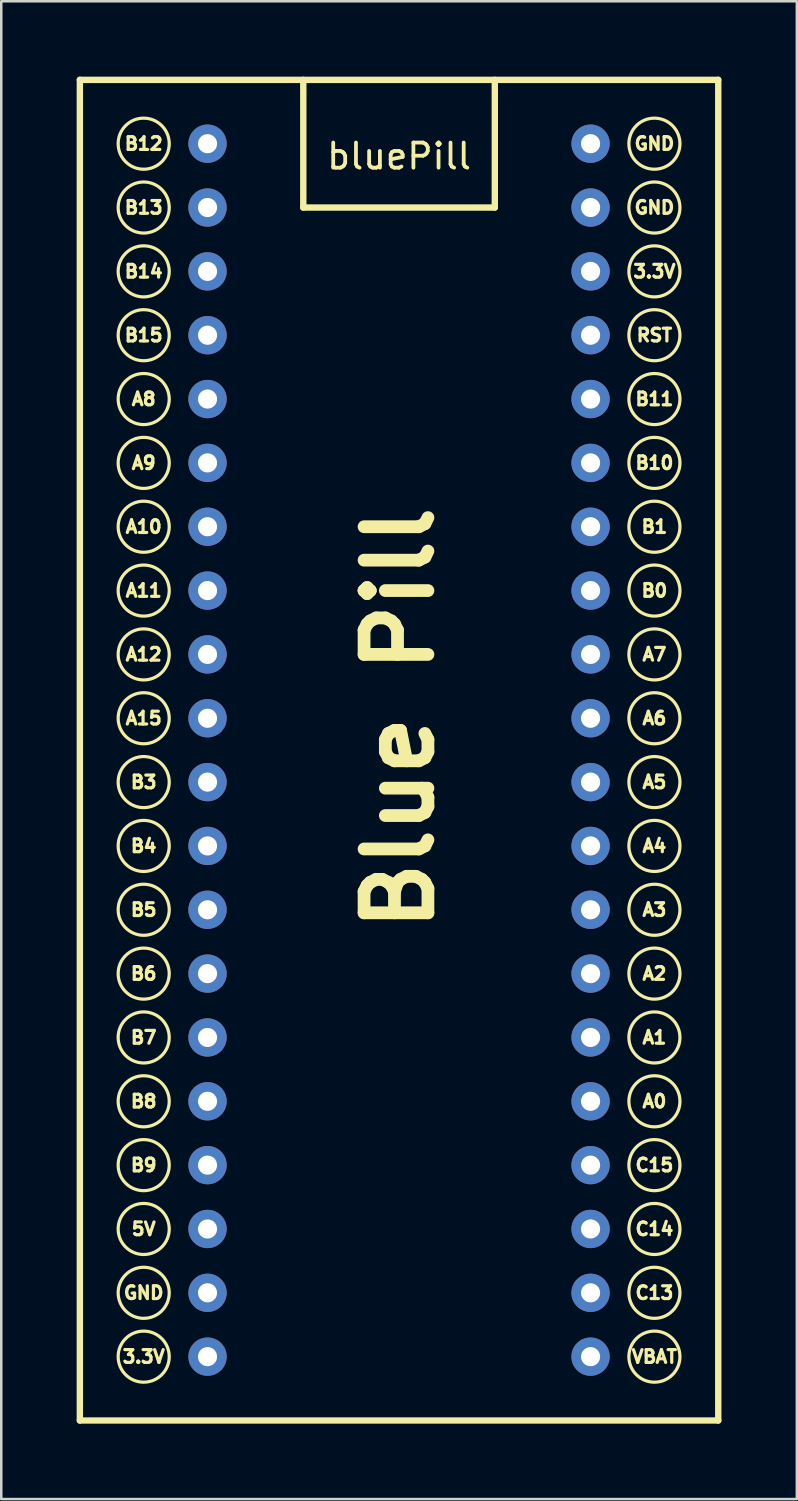
<source format=kicad_pcb>
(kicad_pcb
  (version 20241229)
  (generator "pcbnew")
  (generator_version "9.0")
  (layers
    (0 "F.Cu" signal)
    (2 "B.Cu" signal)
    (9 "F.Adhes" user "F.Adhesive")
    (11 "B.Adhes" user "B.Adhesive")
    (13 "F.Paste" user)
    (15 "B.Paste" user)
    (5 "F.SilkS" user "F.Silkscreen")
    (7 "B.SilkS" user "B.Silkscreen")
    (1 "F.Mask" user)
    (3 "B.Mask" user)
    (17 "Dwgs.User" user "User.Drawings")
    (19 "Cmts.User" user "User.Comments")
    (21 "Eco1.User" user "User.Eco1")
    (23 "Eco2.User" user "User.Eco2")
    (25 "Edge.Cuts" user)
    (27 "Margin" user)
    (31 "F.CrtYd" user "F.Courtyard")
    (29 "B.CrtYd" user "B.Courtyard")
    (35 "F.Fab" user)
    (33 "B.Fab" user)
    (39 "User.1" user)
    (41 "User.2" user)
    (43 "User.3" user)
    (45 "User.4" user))
  (footprint "bluePill"
    (layer "F.Cu")
    (at 12.827 2.667)
    (property "Reference" "bluePill" (at 0 0.5 0) (layer "F.SilkS") (effects (font (size 1 1) (thickness 0.15))))
    (attr through_hole)
    (fp_line (start -12.7 -2.54) (end 12.7 -2.54) (stroke (width 0.254) (type solid)) (layer "F.SilkS"))
    (fp_line (start -12.7 50.8) (end -12.7 -2.54) (stroke (width 0.254) (type solid)) (layer "F.SilkS"))
    (fp_line (start -3.81 -2.54) (end -3.81 2.54) (stroke (width 0.254) (type solid)) (layer "F.SilkS"))
    (fp_line (start -3.81 2.54) (end 3.81 2.54) (stroke (width 0.254) (type solid)) (layer "F.SilkS"))
    (fp_line (start 3.81 2.54) (end 3.81 -2.54) (stroke (width 0.254) (type solid)) (layer "F.SilkS"))
    (fp_line (start 12.7 -2.54) (end 12.7 50.8) (stroke (width 0.254) (type solid)) (layer "F.SilkS"))
    (fp_line (start 12.7 50.8) (end -12.7 50.8) (stroke (width 0.254) (type solid)) (layer "F.SilkS"))
    (fp_circle (center -10.16 0) (end -9.144 0) (stroke (width 0.127) (type solid)) (fill no) (layer "F.SilkS"))
    (fp_circle (center -10.16 2.54) (end -9.144 2.54) (stroke (width 0.127) (type solid)) (fill no) (layer "F.SilkS"))
    (fp_circle (center -10.16 5.08) (end -9.144 5.08) (stroke (width 0.127) (type solid)) (fill no) (layer "F.SilkS"))
    (fp_circle (center -10.16 7.62) (end -9.144 7.62) (stroke (width 0.127) (type solid)) (fill no) (layer "F.SilkS"))
    (fp_circle (center -10.16 10.16) (end -9.144 10.16) (stroke (width 0.127) (type solid)) (fill no) (layer "F.SilkS"))
    (fp_circle (center -10.16 12.7) (end -9.144 12.7) (stroke (width 0.127) (type solid)) (fill no) (layer "F.SilkS"))
    (fp_circle (center -10.16 15.24) (end -9.144 15.24) (stroke (width 0.127) (type solid)) (fill no) (layer "F.SilkS"))
    (fp_circle (center -10.16 17.78) (end -9.144 17.78) (stroke (width 0.127) (type solid)) (fill no) (layer "F.SilkS"))
    (fp_circle (center -10.16 20.32) (end -9.144 20.32) (stroke (width 0.127) (type solid)) (fill no) (layer "F.SilkS"))
    (fp_circle (center -10.16 22.86) (end -9.144 22.86) (stroke (width 0.127) (type solid)) (fill no) (layer "F.SilkS"))
    (fp_circle (center -10.16 25.4) (end -9.144 25.4) (stroke (width 0.127) (type solid)) (fill no) (layer "F.SilkS"))
    (fp_circle (center -10.16 27.94) (end -9.144 27.94) (stroke (width 0.127) (type solid)) (fill no) (layer "F.SilkS"))
    (fp_circle (center -10.16 30.48) (end -9.144 30.48) (stroke (width 0.127) (type solid)) (fill no) (layer "F.SilkS"))
    (fp_circle (center -10.16 33.02) (end -9.144 33.02) (stroke (width 0.127) (type solid)) (fill no) (layer "F.SilkS"))
    (fp_circle (center -10.16 35.56) (end -9.144 35.56) (stroke (width 0.127) (type solid)) (fill no) (layer "F.SilkS"))
    (fp_circle (center -10.16 38.1) (end -9.144 38.1) (stroke (width 0.127) (type solid)) (fill no) (layer "F.SilkS"))
    (fp_circle (center -10.16 40.64) (end -9.144 40.64) (stroke (width 0.127) (type solid)) (fill no) (layer "F.SilkS"))
    (fp_circle (center -10.16 43.18) (end -9.144 43.18) (stroke (width 0.127) (type solid)) (fill no) (layer "F.SilkS"))
    (fp_circle (center -10.16 45.72) (end -9.144 45.72) (stroke (width 0.127) (type solid)) (fill no) (layer "F.SilkS"))
    (fp_circle (center -10.16 48.26) (end -9.144 48.26) (stroke (width 0.127) (type solid)) (fill no) (layer "F.SilkS"))
    (fp_circle (center 10.16 0) (end 11.176 0) (stroke (width 0.127) (type solid)) (fill no) (layer "F.SilkS"))
    (fp_circle (center 10.16 2.54) (end 11.176 2.54) (stroke (width 0.127) (type solid)) (fill no) (layer "F.SilkS"))
    (fp_circle (center 10.16 5.08) (end 11.176 5.08) (stroke (width 0.127) (type solid)) (fill no) (layer "F.SilkS"))
    (fp_circle (center 10.16 7.62) (end 11.176 7.62) (stroke (width 0.127) (type solid)) (fill no) (layer "F.SilkS"))
    (fp_circle (center 10.16 10.16) (end 11.176 10.16) (stroke (width 0.127) (type solid)) (fill no) (layer "F.SilkS"))
    (fp_circle (center 10.16 12.7) (end 11.176 12.7) (stroke (width 0.127) (type solid)) (fill no) (layer "F.SilkS"))
    (fp_circle (center 10.16 15.24) (end 11.176 15.24) (stroke (width 0.127) (type solid)) (fill no) (layer "F.SilkS"))
    (fp_circle (center 10.16 17.78) (end 11.176 17.78) (stroke (width 0.127) (type solid)) (fill no) (layer "F.SilkS"))
    (fp_circle (center 10.16 20.32) (end 11.176 20.32) (stroke (width 0.127) (type solid)) (fill no) (layer "F.SilkS"))
    (fp_circle (center 10.16 22.86) (end 11.176 22.86) (stroke (width 0.127) (type solid)) (fill no) (layer "F.SilkS"))
    (fp_circle (center 10.16 25.4) (end 11.176 25.4) (stroke (width 0.127) (type solid)) (fill no) (layer "F.SilkS"))
    (fp_circle (center 10.16 27.94) (end 11.176 27.94) (stroke (width 0.127) (type solid)) (fill no) (layer "F.SilkS"))
    (fp_circle (center 10.16 30.48) (end 11.176 30.48) (stroke (width 0.127) (type solid)) (fill no) (layer "F.SilkS"))
    (fp_circle (center 10.16 33.02) (end 11.176 33.02) (stroke (width 0.127) (type solid)) (fill no) (layer "F.SilkS"))
    (fp_circle (center 10.16 35.56) (end 11.176 35.56) (stroke (width 0.127) (type solid)) (fill no) (layer "F.SilkS"))
    (fp_circle (center 10.16 38.1) (end 11.176 38.1) (stroke (width 0.127) (type solid)) (fill no) (layer "F.SilkS"))
    (fp_circle (center 10.16 40.64) (end 11.176 40.64) (stroke (width 0.127) (type solid)) (fill no) (layer "F.SilkS"))
    (fp_circle (center 10.16 43.18) (end 11.176 43.18) (stroke (width 0.127) (type solid)) (fill no) (layer "F.SilkS"))
    (fp_circle (center 10.16 45.72) (end 11.176 45.72) (stroke (width 0.127) (type solid)) (fill no) (layer "F.SilkS"))
    (fp_circle (center 10.16 48.26) (end 11.176 48.26) (stroke (width 0.127) (type solid)) (fill no) (layer "F.SilkS"))
    (fp_text user "3.3V" (at -10.16 48.26 0) (layer "F.SilkS") (effects (font (size 0.508 0.508) (thickness 0.127))))
    (fp_text user "B11" (at 10.16 10.16 0) (layer "F.SilkS") (effects (font (size 0.508 0.508) (thickness 0.127))))
    (fp_text user "A6" (at 10.16 22.86 0) (layer "F.SilkS") (effects (font (size 0.508 0.508) (thickness 0.127))))
    (fp_text user "RST" (at 10.16 7.62 0) (layer "F.SilkS") (effects (font (size 0.508 0.508) (thickness 0.127))))
    (fp_text user "A8" (at -10.16 10.16 0) (layer "F.SilkS") (effects (font (size 0.508 0.508) (thickness 0.127))))
    (fp_text user "A9" (at -10.16 12.7 0) (layer "F.SilkS") (effects (font (size 0.508 0.508) (thickness 0.127))))
    (fp_text user "A10" (at -10.16 15.24 0) (layer "F.SilkS") (effects (font (size 0.508 0.508) (thickness 0.127))))
    (fp_text user "A2" (at 10.16 33.02 0) (layer "F.SilkS") (effects (font (size 0.508 0.508) (thickness 0.127))))
    (fp_text user "GND" (at -10.16 45.72 0) (layer "F.SilkS") (effects (font (size 0.508 0.508) (thickness 0.127))))
    (fp_text user "B3" (at -10.16 25.4 0) (layer "F.SilkS") (effects (font (size 0.508 0.508) (thickness 0.127))))
    (fp_text user "B7" (at -10.16 35.56 0) (layer "F.SilkS") (effects (font (size 0.508 0.508) (thickness 0.127))))
    (fp_text user "A4" (at 10.16 27.94 0) (layer "F.SilkS") (effects (font (size 0.508 0.508) (thickness 0.127))))
    (fp_text user "B15" (at -10.16 7.62 0) (layer "F.SilkS") (effects (font (size 0.508 0.508) (thickness 0.127))))
    (fp_text user "GND" (at 10.16 2.54 0) (layer "F.SilkS") (effects (font (size 0.508 0.508) (thickness 0.127))))
    (fp_text user "A15" (at -10.16 22.86 0) (layer "F.SilkS") (effects (font (size 0.508 0.508) (thickness 0.127))))
    (fp_text user "B4" (at -10.16 27.94 0) (layer "F.SilkS") (effects (font (size 0.508 0.508) (thickness 0.127))))
    (fp_text user "B12" (at -10.16 0 0) (layer "F.SilkS") (effects (font (size 0.508 0.508) (thickness 0.127))))
    (fp_text user "C15" (at 10.16 40.64 0) (layer "F.SilkS") (effects (font (size 0.508 0.508) (thickness 0.127))))
    (fp_text user "B13" (at -10.16 2.54 0) (layer "F.SilkS") (effects (font (size 0.508 0.508) (thickness 0.127))))
    (fp_text user "B1" (at 10.16 15.24 0) (layer "F.SilkS") (effects (font (size 0.508 0.508) (thickness 0.127))))
    (fp_text user "GND" (at 10.16 0 0) (layer "F.SilkS") (effects (font (size 0.508 0.508) (thickness 0.127))))
    (fp_text user "A12" (at -10.16 20.32 0) (layer "F.SilkS") (effects (font (size 0.508 0.508) (thickness 0.127))))
    (fp_text user "VBAT" (at 10.16 48.26 0) (layer "F.SilkS") (effects (font (size 0.508 0.508) (thickness 0.127))))
    (fp_text user "B14" (at -10.16 5.08 0) (layer "F.SilkS") (effects (font (size 0.508 0.508) (thickness 0.127))))
    (fp_text user "C13" (at 10.16 45.72 0) (layer "F.SilkS") (effects (font (size 0.508 0.508) (thickness 0.127))))
    (fp_text user "C14" (at 10.16 43.18 0) (layer "F.SilkS") (effects (font (size 0.508 0.508) (thickness 0.127))))
    (fp_text user "B6" (at -10.16 33.02 0) (layer "F.SilkS") (effects (font (size 0.508 0.508) (thickness 0.127))))
    (fp_text user "A3" (at 10.16 30.48 0) (layer "F.SilkS") (effects (font (size 0.508 0.508) (thickness 0.127))))
    (fp_text user "A0" (at 10.16 38.1 0) (layer "F.SilkS") (effects (font (size 0.508 0.508) (thickness 0.127))))
    (fp_text user "B8" (at -10.16 38.1 0) (layer "F.SilkS") (effects (font (size 0.508 0.508) (thickness 0.127))))
    (fp_text user "B9" (at -10.16 40.64 0) (layer "F.SilkS") (effects (font (size 0.508 0.508) (thickness 0.127))))
    (fp_text user "A11" (at -10.16 17.78 0) (layer "F.SilkS") (effects (font (size 0.508 0.508) (thickness 0.127))))
    (fp_text user "A1" (at 10.16 35.56 0) (layer "F.SilkS") (effects (font (size 0.508 0.508) (thickness 0.127))))
    (fp_text user "B10" (at 10.16 12.7 0) (layer "F.SilkS") (effects (font (size 0.508 0.508) (thickness 0.127))))
    (fp_text user "B5" (at -10.16 30.48 0) (layer "F.SilkS") (effects (font (size 0.508 0.508) (thickness 0.127))))
    (fp_text user "5V" (at -10.16 43.18 0) (layer "F.SilkS") (effects (font (size 0.508 0.508) (thickness 0.127))))
    (fp_text user "Blue Pill" (at 0 22.86 90) (layer "F.SilkS") (effects (font (size 2.54 2.54) (thickness 0.508))))
    (fp_text user "B0" (at 10.16 17.78 0) (layer "F.SilkS") (effects (font (size 0.508 0.508) (thickness 0.127))))
    (fp_text user "3.3V" (at 10.16 5.08 0) (layer "F.SilkS") (effects (font (size 0.508 0.508) (thickness 0.127))))
    (fp_text user "A5" (at 10.16 25.4 0) (layer "F.SilkS") (effects (font (size 0.508 0.508) (thickness 0.127))))
    (fp_text user "A7" (at 10.16 20.32 0) (layer "F.SilkS") (effects (font (size 0.508 0.508) (thickness 0.127))))
    (pad "1" thru_hole circle (at 7.62 48.26) (size 1.524 1.524) (drill 0.762) (layers "*.Cu" "*.Mask"))
    (pad "2" thru_hole circle (at 7.62 45.72) (size 1.524 1.524) (drill 0.762) (layers "*.Cu" "*.Mask"))
    (pad "3" thru_hole circle (at 7.62 43.18) (size 1.524 1.524) (drill 0.762) (layers "*.Cu" "*.Mask"))
    (pad "4" thru_hole circle (at 7.62 40.64) (size 1.524 1.524) (drill 0.762) (layers "*.Cu" "*.Mask"))
    (pad "5" thru_hole circle (at 7.62 38.1) (size 1.524 1.524) (drill 0.762) (layers "*.Cu" "*.Mask"))
    (pad "6" thru_hole circle (at 7.62 35.56) (size 1.524 1.524) (drill 0.762) (layers "*.Cu" "*.Mask"))
    (pad "7" thru_hole circle (at 7.62 33.02) (size 1.524 1.524) (drill 0.762) (layers "*.Cu" "*.Mask"))
    (pad "8" thru_hole circle (at 7.62 30.48) (size 1.524 1.524) (drill 0.762) (layers "*.Cu" "*.Mask"))
    (pad "9" thru_hole circle (at 7.62 27.94) (size 1.524 1.524) (drill 0.762) (layers "*.Cu" "*.Mask"))
    (pad "10" thru_hole circle (at 7.62 25.4) (size 1.524 1.524) (drill 0.762) (layers "*.Cu" "*.Mask"))
    (pad "11" thru_hole circle (at 7.62 22.86) (size 1.524 1.524) (drill 0.762) (layers "*.Cu" "*.Mask"))
    (pad "12" thru_hole circle (at 7.62 20.32) (size 1.524 1.524) (drill 0.762) (layers "*.Cu" "*.Mask"))
    (pad "13" thru_hole circle (at 7.62 17.78) (size 1.524 1.524) (drill 0.762) (layers "*.Cu" "*.Mask"))
    (pad "14" thru_hole circle (at 7.62 15.24) (size 1.524 1.524) (drill 0.762) (layers "*.Cu" "*.Mask"))
    (pad "15" thru_hole circle (at 7.62 12.7) (size 1.524 1.524) (drill 0.762) (layers "*.Cu" "*.Mask"))
    (pad "16" thru_hole circle (at 7.62 10.16) (size 1.524 1.524) (drill 0.762) (layers "*.Cu" "*.Mask"))
    (pad "17" thru_hole circle (at 7.62 7.62) (size 1.524 1.524) (drill 0.762) (layers "*.Cu" "*.Mask"))
    (pad "18" thru_hole circle (at 7.62 5.08) (size 1.524 1.524) (drill 0.762) (layers "*.Cu" "*.Mask"))
    (pad "19" thru_hole circle (at 7.62 2.54) (size 1.524 1.524) (drill 0.762) (layers "*.Cu" "*.Mask"))
    (pad "20" thru_hole circle (at 7.62 0) (size 1.524 1.524) (drill 0.762) (layers "*.Cu" "*.Mask"))
    (pad "21" thru_hole circle (at -7.62 0) (size 1.524 1.524) (drill 0.762) (layers "*.Cu" "*.Mask"))
    (pad "21" thru_hole circle (at -7.62 25.4) (size 1.524 1.524) (drill 0.762) (layers "*.Cu" "*.Mask"))
    (pad "22" thru_hole circle (at -7.62 2.54) (size 1.524 1.524) (drill 0.762) (layers "*.Cu" "*.Mask"))
    (pad "23" thru_hole circle (at -7.62 5.08) (size 1.524 1.524) (drill 0.762) (layers "*.Cu" "*.Mask"))
    (pad "24" thru_hole circle (at -7.62 7.62) (size 1.524 1.524) (drill 0.762) (layers "*.Cu" "*.Mask"))
    (pad "25" thru_hole circle (at -7.62 10.16) (size 1.524 1.524) (drill 0.762) (layers "*.Cu" "*.Mask"))
    (pad "26" thru_hole circle (at -7.62 12.7) (size 1.524 1.524) (drill 0.762) (layers "*.Cu" "*.Mask"))
    (pad "27" thru_hole circle (at -7.62 15.24) (size 1.524 1.524) (drill 0.762) (layers "*.Cu" "*.Mask"))
    (pad "28" thru_hole circle (at -7.62 17.78) (size 1.524 1.524) (drill 0.762) (layers "*.Cu" "*.Mask"))
    (pad "29" thru_hole circle (at -7.62 20.32) (size 1.524 1.524) (drill 0.762) (layers "*.Cu" "*.Mask"))
    (pad "30" thru_hole circle (at -7.62 22.86) (size 1.524 1.524) (drill 0.762) (layers "*.Cu" "*.Mask"))
    (pad "32" thru_hole circle (at -7.62 27.94) (size 1.524 1.524) (drill 0.762) (layers "*.Cu" "*.Mask"))
    (pad "33" thru_hole circle (at -7.62 30.48) (size 1.524 1.524) (drill 0.762) (layers "*.Cu" "*.Mask"))
    (pad "34" thru_hole circle (at -7.62 33.02) (size 1.524 1.524) (drill 0.762) (layers "*.Cu" "*.Mask"))
    (pad "35" thru_hole circle (at -7.62 35.56) (size 1.524 1.524) (drill 0.762) (layers "*.Cu" "*.Mask"))
    (pad "36" thru_hole circle (at -7.62 38.1) (size 1.524 1.524) (drill 0.762) (layers "*.Cu" "*.Mask"))
    (pad "37" thru_hole circle (at -7.62 40.64) (size 1.524 1.524) (drill 0.762) (layers "*.Cu" "*.Mask"))
    (pad "38" thru_hole circle (at -7.62 43.18) (size 1.524 1.524) (drill 0.762) (layers "*.Cu" "*.Mask"))
    (pad "39" thru_hole circle (at -7.62 45.72) (size 1.524 1.524) (drill 0.762) (layers "*.Cu" "*.Mask"))
    (pad "40" thru_hole circle (at -7.62 48.26) (size 1.524 1.524) (drill 0.762) (layers "*.Cu" "*.Mask")))
  (gr_rect
    (start -3 -3)
    (end 28.654 56.594)
    (stroke (width 0.1) (type default))
    (fill no)
    (layer "Edge.Cuts")))
</source>
